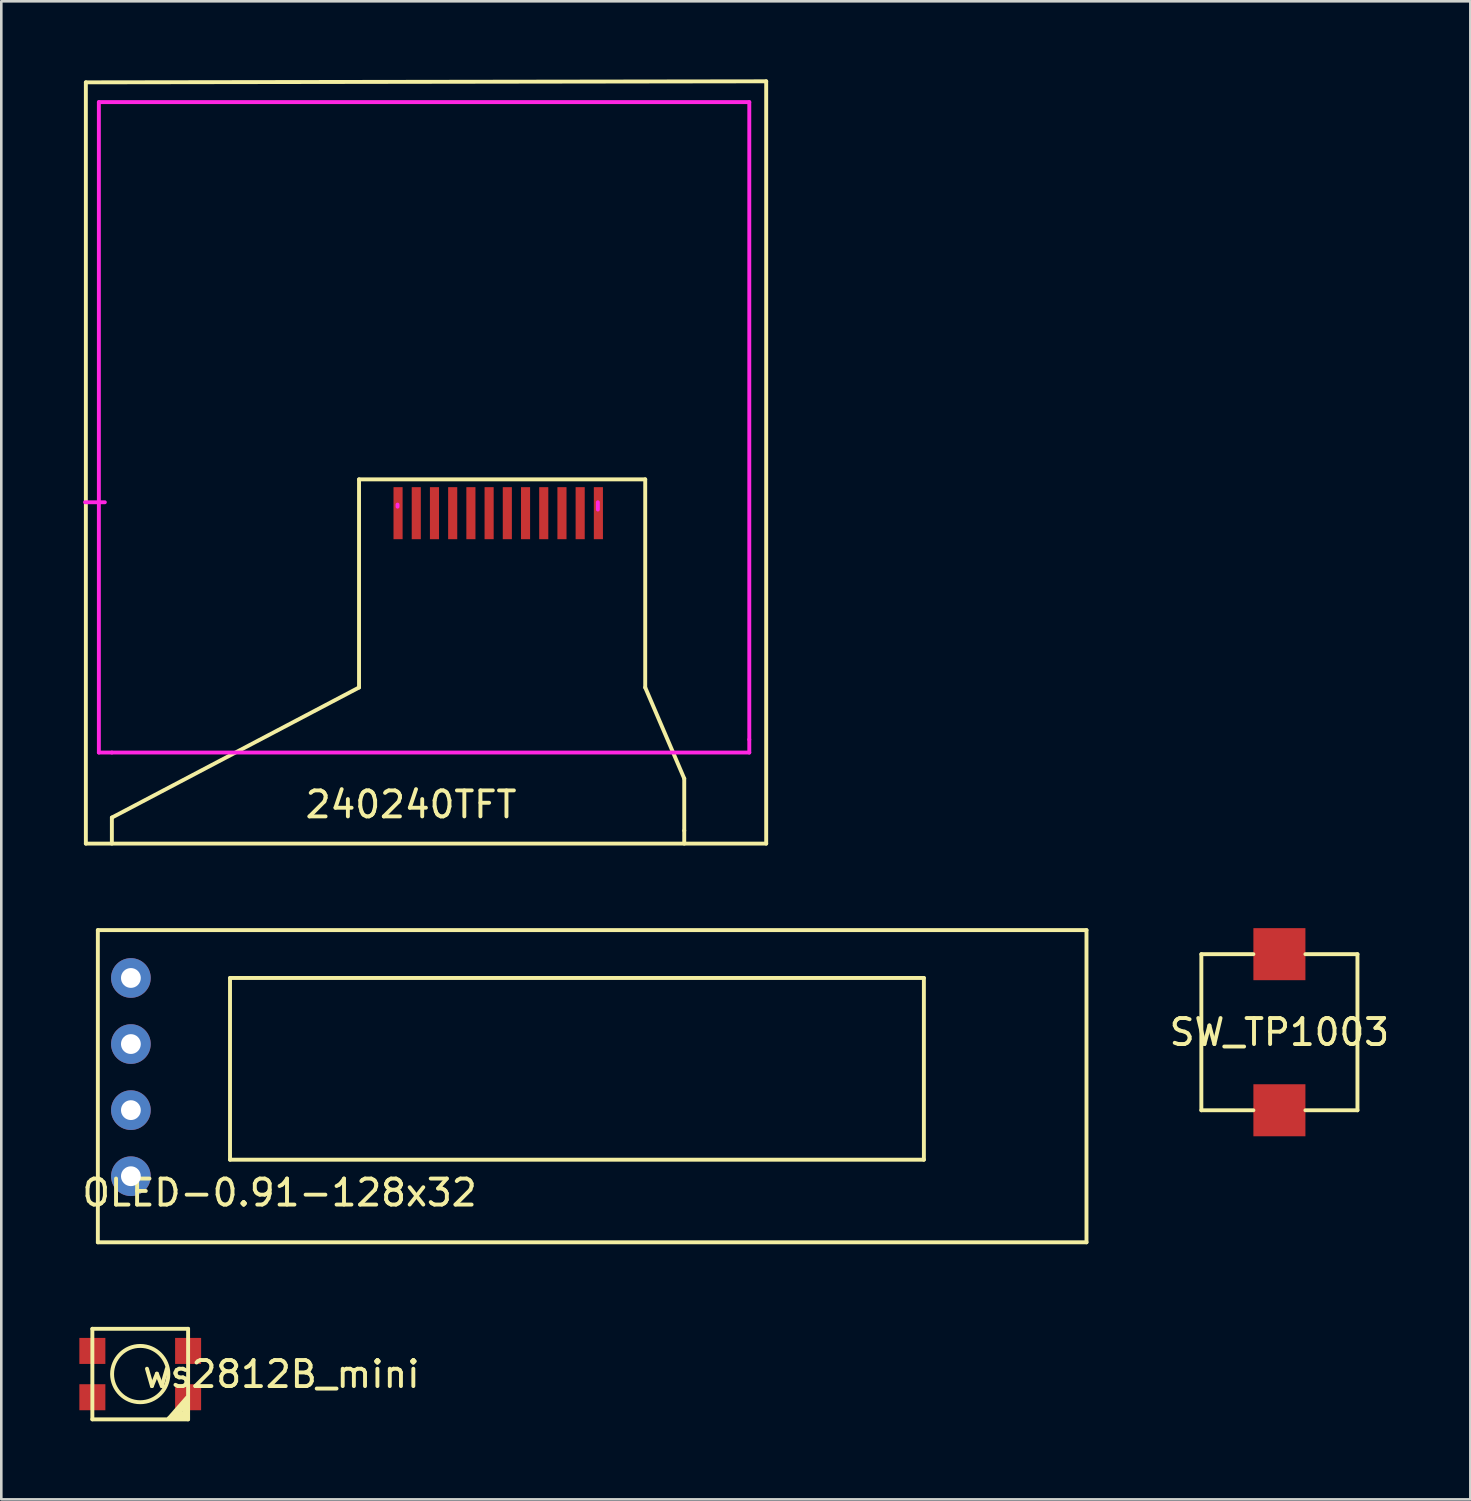
<source format=kicad_pcb>
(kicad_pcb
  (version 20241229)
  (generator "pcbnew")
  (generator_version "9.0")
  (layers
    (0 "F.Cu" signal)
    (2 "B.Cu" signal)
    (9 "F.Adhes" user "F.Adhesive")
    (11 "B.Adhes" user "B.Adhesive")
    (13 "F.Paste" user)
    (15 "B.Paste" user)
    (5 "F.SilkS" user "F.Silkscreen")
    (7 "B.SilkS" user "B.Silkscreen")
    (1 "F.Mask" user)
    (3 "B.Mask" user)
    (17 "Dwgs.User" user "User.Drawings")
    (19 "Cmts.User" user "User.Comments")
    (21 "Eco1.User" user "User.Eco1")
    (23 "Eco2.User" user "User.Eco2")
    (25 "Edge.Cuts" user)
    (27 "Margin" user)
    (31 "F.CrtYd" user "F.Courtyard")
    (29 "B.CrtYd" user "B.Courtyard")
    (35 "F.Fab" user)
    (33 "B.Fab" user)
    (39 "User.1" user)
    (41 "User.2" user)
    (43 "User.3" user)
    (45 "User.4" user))
  (footprint "240240TFT"
    (layer "F.Cu")
    (at 0.25 29.375)
    (property "Reference" "240240TFT" (at 12.5 -1.5 0) (layer "F.SilkS") (effects (font (size 1 1) (thickness 0.15))))
    (attr through_hole)
    (fp_line (start 0 -29.26) (end 26.15 -29.3) (stroke (width 0.15) (type solid)) (layer "F.SilkS"))
    (fp_line (start 0 0) (end 0 -29.26) (stroke (width 0.15) (type solid)) (layer "F.SilkS"))
    (fp_line (start 1 -1) (end 1 0) (stroke (width 0.15) (type solid)) (layer "F.SilkS"))
    (fp_line (start 10.5 -14) (end 10.5 -6) (stroke (width 0.15) (type solid)) (layer "F.SilkS"))
    (fp_line (start 10.5 -6) (end 1 -1) (stroke (width 0.15) (type solid)) (layer "F.SilkS"))
    (fp_line (start 21.5 -14) (end 10.5 -14) (stroke (width 0.15) (type solid)) (layer "F.SilkS"))
    (fp_line (start 21.5 -6) (end 21.5 -14) (stroke (width 0.15) (type solid)) (layer "F.SilkS"))
    (fp_line (start 23 -2.5) (end 21.5 -6) (stroke (width 0.15) (type solid)) (layer "F.SilkS"))
    (fp_line (start 23 -0.5) (end 23 -2.5) (stroke (width 0.15) (type solid)) (layer "F.SilkS"))
    (fp_line (start 23 -0.5) (end 23 0) (stroke (width 0.15) (type solid)) (layer "F.SilkS"))
    (fp_line (start 26.15 -29.3) (end 26.15 0) (stroke (width 0.15) (type solid)) (layer "F.SilkS"))
    (fp_line (start 26.15 0) (end 0 0) (stroke (width 0.15) (type solid)) (layer "F.SilkS"))
    (fp_line (start -0.03 -13.12) (end 0.73 -13.12) (stroke (width 0.15) (type solid)) (layer "F.CrtYd"))
    (fp_line (start 0.5 -28.5) (end 25.5 -28.5) (stroke (width 0.15) (type solid)) (layer "F.CrtYd"))
    (fp_line (start 0.5 -3.5) (end 0.5 -28.5) (stroke (width 0.15) (type solid)) (layer "F.CrtYd"))
    (fp_line (start 1 -3.5) (end 0.5 -3.5) (stroke (width 0.15) (type solid)) (layer "F.CrtYd"))
    (fp_line (start 1 -3.5) (end 25.5 -3.5) (stroke (width 0.15) (type solid)) (layer "F.CrtYd"))
    (fp_line (start 11.98 -13.03) (end 11.98 -12.95) (stroke (width 0.15) (type solid)) (layer "F.CrtYd"))
    (fp_line (start 19.68 -13.12) (end 19.68 -12.84) (stroke (width 0.15) (type solid)) (layer "F.CrtYd"))
    (fp_line (start 25.5 -28.5) (end 25.5 -4) (stroke (width 0.15) (type solid)) (layer "F.CrtYd"))
    (fp_line (start 25.5 -3.5) (end 25.5 -4) (stroke (width 0.15) (type solid)) (layer "F.CrtYd"))
    (pad "1" smd rect (at 19.7 -12.7) (size 0.35 2) (layers "F.Cu" "F.Mask" "F.Paste"))
    (pad "2" smd rect (at 19 -12.7) (size 0.35 2) (layers "F.Cu" "F.Mask" "F.Paste"))
    (pad "3" smd rect (at 18.3 -12.7) (size 0.35 2) (layers "F.Cu" "F.Mask" "F.Paste"))
    (pad "4" smd rect (at 17.6 -12.7) (size 0.35 2) (layers "F.Cu" "F.Mask" "F.Paste"))
    (pad "5" smd rect (at 16.9 -12.7) (size 0.35 2) (layers "F.Cu" "F.Mask" "F.Paste"))
    (pad "6" smd rect (at 16.2 -12.7) (size 0.35 2) (layers "F.Cu" "F.Mask" "F.Paste"))
    (pad "7" smd rect (at 15.5 -12.7) (size 0.35 2) (layers "F.Cu" "F.Mask" "F.Paste"))
    (pad "8" smd rect (at 14.8 -12.7) (size 0.35 2) (layers "F.Cu" "F.Mask" "F.Paste"))
    (pad "9" smd rect (at 14.1 -12.7) (size 0.35 2) (layers "F.Cu" "F.Mask" "F.Paste"))
    (pad "10" smd rect (at 13.4 -12.7) (size 0.35 2) (layers "F.Cu" "F.Mask" "F.Paste"))
    (pad "11" smd rect (at 12.7 -12.7) (size 0.35 2) (layers "F.Cu" "F.Mask" "F.Paste"))
    (pad "12" smd rect (at 12 -12.7) (size 0.35 2) (layers "F.Cu" "F.Mask" "F.Paste")))
  (footprint "ws2812B_mini"
    (layer "F.Cu")
    (at 2.416 49.811)
    (property "Reference" "ws2812B_mini" (at 5.35 -0.04 0) (layer "F.SilkS") (effects (font (size 1 1) (thickness 0.15))))
    (attr through_hole)
    (fp_line (start -1.916 -1.786) (end 1.764 -1.786) (stroke (width 0.15) (type solid)) (layer "F.SilkS"))
    (fp_line (start -1.916 1.694) (end -1.916 -1.786) (stroke (width 0.15) (type solid)) (layer "F.SilkS"))
    (fp_line (start -1.916 1.694) (end 1.764 1.694) (stroke (width 0.15) (type solid)) (layer "F.SilkS"))
    (fp_line (start 1.024 1.654) (end 1.724 1.654) (stroke (width 0.15) (type solid)) (layer "F.SilkS"))
    (fp_line (start 1.224 1.554) (end 1.624 1.554) (stroke (width 0.15) (type solid)) (layer "F.SilkS"))
    (fp_line (start 1.424 1.454) (end 1.524 1.454) (stroke (width 0.15) (type solid)) (layer "F.SilkS"))
    (fp_line (start 1.624 1.154) (end 1.424 1.454) (stroke (width 0.15) (type solid)) (layer "F.SilkS"))
    (fp_line (start 1.624 1.254) (end 1.624 1.154) (stroke (width 0.15) (type solid)) (layer "F.SilkS"))
    (fp_line (start 1.624 1.554) (end 1.624 1.254) (stroke (width 0.15) (type solid)) (layer "F.SilkS"))
    (fp_line (start 1.724 0.854) (end 1.024 1.654) (stroke (width 0.15) (type solid)) (layer "F.SilkS"))
    (fp_line (start 1.724 0.954) (end 1.224 1.554) (stroke (width 0.15) (type solid)) (layer "F.SilkS"))
    (fp_line (start 1.724 1.654) (end 1.724 0.954) (stroke (width 0.15) (type solid)) (layer "F.SilkS"))
    (fp_line (start 1.764 1.694) (end 1.764 -1.786) (stroke (width 0.15) (type solid)) (layer "F.SilkS"))
    (fp_circle (center -0.076 -0.046) (end -0.976 -0.646) (stroke (width 0.15) (type solid)) (fill no) (layer "F.SilkS"))
    (pad "1" smd rect (at -1.916 -0.936 90) (size 1 1) (layers "F.Cu" "F.Mask" "F.Paste"))
    (pad "2" smd rect (at -1.916 0.844 90) (size 1 1) (layers "F.Cu" "F.Mask" "F.Paste"))
    (pad "3" smd rect (at 1.764 0.844 90) (size 1 1) (layers "F.Cu" "F.Mask" "F.Paste"))
    (pad "4" smd rect (at 1.764 -0.936 90) (size 1 1) (layers "F.Cu" "F.Mask" "F.Paste")))
  (footprint "OLED-0.91-128x32"
    (layer "F.Cu")
    (at 0.711 44.7)
    (property "Reference" "OLED-0.91-128x32" (at 6.985 -1.905 0) (layer "F.SilkS") (effects (font (size 1 1) (thickness 0.15))))
    (attr through_hole)
    (fp_line (start 0 -12) (end 0 0) (stroke (width 0.15) (type solid)) (layer "F.SilkS"))
    (fp_line (start 0 0) (end 38 0) (stroke (width 0.15) (type solid)) (layer "F.SilkS"))
    (fp_line (start 5.08 -10.16) (end 31.75 -10.16) (stroke (width 0.15) (type solid)) (layer "F.SilkS"))
    (fp_line (start 5.08 -3.175) (end 5.08 -10.16) (stroke (width 0.15) (type solid)) (layer "F.SilkS"))
    (fp_line (start 31.75 -10.16) (end 31.75 -3.175) (stroke (width 0.15) (type solid)) (layer "F.SilkS"))
    (fp_line (start 31.75 -3.175) (end 5.08 -3.175) (stroke (width 0.15) (type solid)) (layer "F.SilkS"))
    (fp_line (start 38 -12) (end 0 -12) (stroke (width 0.15) (type solid)) (layer "F.SilkS"))
    (fp_line (start 38 0) (end 38 -12) (stroke (width 0.15) (type solid)) (layer "F.SilkS"))
    (pad "1" thru_hole circle (at 1.27 -10.16) (size 1.524 1.524) (drill 0.762) (layers "*.Cu" "*.Mask"))
    (pad "2" thru_hole circle (at 1.27 -7.62) (size 1.524 1.524) (drill 0.762) (layers "*.Cu" "*.Mask"))
    (pad "3" thru_hole circle (at 1.27 -5.08) (size 1.524 1.524) (drill 0.762) (layers "*.Cu" "*.Mask"))
    (pad "4" thru_hole circle (at 1.27 -2.54) (size 1.524 1.524) (drill 0.762) (layers "*.Cu" "*.Mask")))
  (footprint "SW_TP1003"
    (layer "F.Cu")
    (at 46.126 40.625)
    (property "Reference" "SW_TP1003" (at 0 -4 0) (layer "F.SilkS") (effects (font (size 1 1) (thickness 0.15))))
    (attr through_hole)
    (fp_line (start -3 -7) (end -3 -1) (stroke (width 0.15) (type solid)) (layer "F.SilkS"))
    (fp_line (start -3 -1) (end -1 -1) (stroke (width 0.15) (type solid)) (layer "F.SilkS"))
    (fp_line (start -1 -7) (end -3 -7) (stroke (width 0.15) (type solid)) (layer "F.SilkS"))
    (fp_line (start 1 -1) (end 3 -1) (stroke (width 0.15) (type solid)) (layer "F.SilkS"))
    (fp_line (start 3 -7) (end 1 -7) (stroke (width 0.15) (type solid)) (layer "F.SilkS"))
    (fp_line (start 3 -1) (end 3 -7) (stroke (width 0.15) (type solid)) (layer "F.SilkS"))
    (pad "1" smd rect (at 0 -7) (size 2 2) (layers "F.Cu" "F.Mask" "F.Paste"))
    (pad "2" smd rect (at 0 -1) (size 2 2) (layers "F.Cu" "F.Mask" "F.Paste")))
  (gr_rect
    (start -3 -3)
    (end 53.465 54.58)
    (stroke (width 0.1) (type default))
    (fill no)
    (layer "Edge.Cuts")))
</source>
